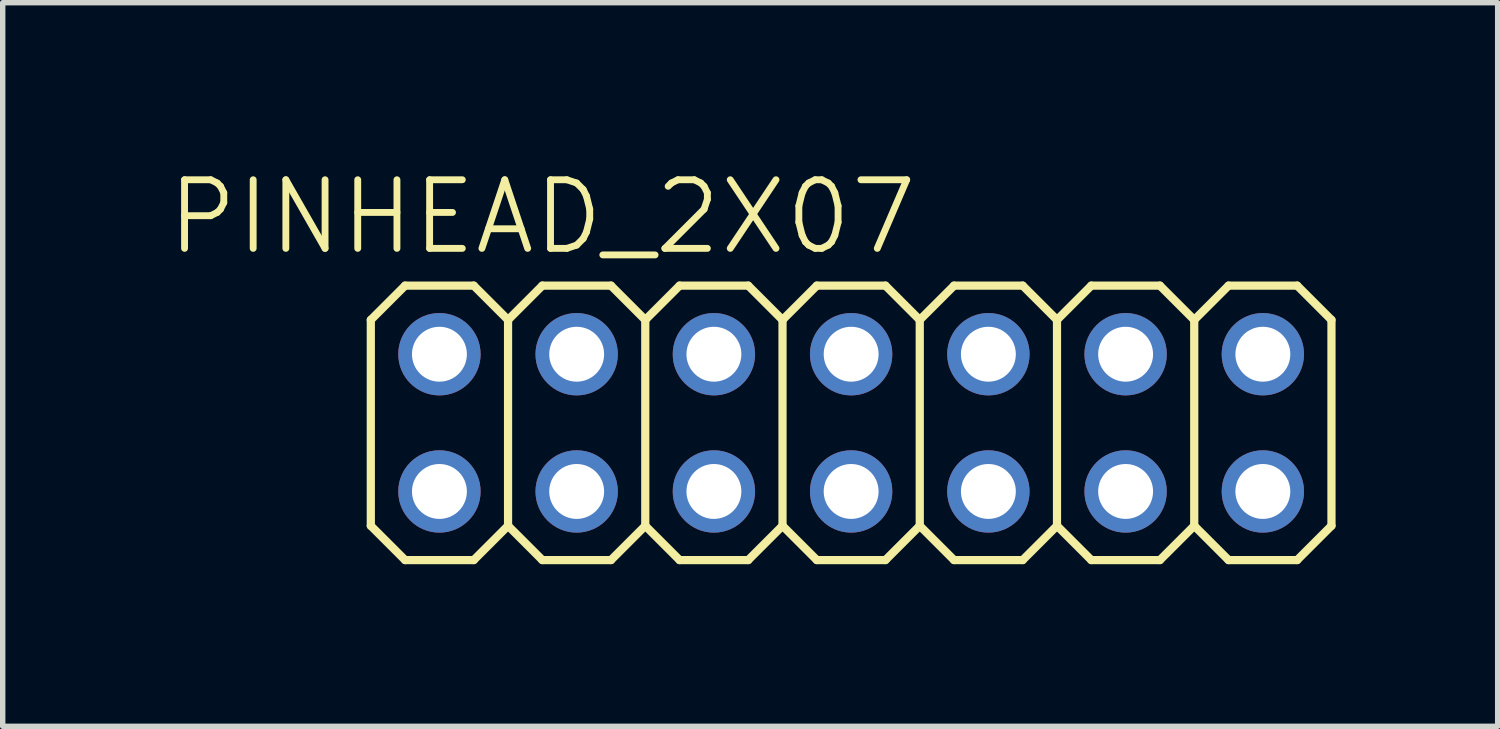
<source format=kicad_pcb>
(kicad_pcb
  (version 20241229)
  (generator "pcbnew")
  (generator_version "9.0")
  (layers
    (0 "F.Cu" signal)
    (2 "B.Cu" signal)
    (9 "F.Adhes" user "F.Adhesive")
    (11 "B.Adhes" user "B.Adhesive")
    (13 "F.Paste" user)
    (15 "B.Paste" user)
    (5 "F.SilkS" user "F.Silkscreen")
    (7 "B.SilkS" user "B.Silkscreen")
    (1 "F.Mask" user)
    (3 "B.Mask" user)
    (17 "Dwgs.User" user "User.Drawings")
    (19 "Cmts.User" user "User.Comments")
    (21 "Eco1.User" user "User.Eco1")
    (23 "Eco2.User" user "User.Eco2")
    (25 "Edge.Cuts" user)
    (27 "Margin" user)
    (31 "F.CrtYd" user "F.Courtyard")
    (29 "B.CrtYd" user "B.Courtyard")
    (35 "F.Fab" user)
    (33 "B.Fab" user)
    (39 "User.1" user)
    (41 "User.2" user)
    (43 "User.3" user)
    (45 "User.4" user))
  (footprint "PINHEAD_2X07"
    (layer "F.Cu")
    (at 12.703 4.776)
    (property "Reference" "PINHEAD_2X07" (at -5.715 -3.81 0) (layer "F.SilkS") (effects (font (size 1.27 1.27) (thickness 0.127))))
    (attr exclude_from_pos_files exclude_from_bom)
    (fp_line (start -8.89 -1.905) (end -8.255 -2.54) (stroke (width 0.152) (type solid)) (layer "F.SilkS"))
    (fp_line (start -8.89 1.905) (end -8.89 -1.905) (stroke (width 0.152) (type solid)) (layer "F.SilkS"))
    (fp_line (start -8.89 1.905) (end -8.255 2.54) (stroke (width 0.152) (type solid)) (layer "F.SilkS"))
    (fp_line (start -8.255 -2.54) (end -6.985 -2.54) (stroke (width 0.152) (type solid)) (layer "F.SilkS"))
    (fp_line (start -8.255 2.54) (end -6.985 2.54) (stroke (width 0.152) (type solid)) (layer "F.SilkS"))
    (fp_line (start -6.985 -2.54) (end -6.35 -1.905) (stroke (width 0.152) (type solid)) (layer "F.SilkS"))
    (fp_line (start -6.985 2.54) (end -6.35 1.905) (stroke (width 0.152) (type solid)) (layer "F.SilkS"))
    (fp_line (start -6.35 -1.905) (end -6.35 1.905) (stroke (width 0.152) (type solid)) (layer "F.SilkS"))
    (fp_line (start -6.35 -1.905) (end -5.715 -2.54) (stroke (width 0.152) (type solid)) (layer "F.SilkS"))
    (fp_line (start -6.35 1.905) (end -5.715 2.54) (stroke (width 0.152) (type solid)) (layer "F.SilkS"))
    (fp_line (start -5.715 -2.54) (end -4.445 -2.54) (stroke (width 0.152) (type solid)) (layer "F.SilkS"))
    (fp_line (start -5.715 2.54) (end -4.445 2.54) (stroke (width 0.152) (type solid)) (layer "F.SilkS"))
    (fp_line (start -4.445 -2.54) (end -3.81 -1.905) (stroke (width 0.152) (type solid)) (layer "F.SilkS"))
    (fp_line (start -4.445 2.54) (end -3.81 1.905) (stroke (width 0.152) (type solid)) (layer "F.SilkS"))
    (fp_line (start -3.81 -1.905) (end -3.81 1.905) (stroke (width 0.152) (type solid)) (layer "F.SilkS"))
    (fp_line (start -3.81 -1.905) (end -3.175 -2.54) (stroke (width 0.152) (type solid)) (layer "F.SilkS"))
    (fp_line (start -3.81 1.905) (end -3.175 2.54) (stroke (width 0.152) (type solid)) (layer "F.SilkS"))
    (fp_line (start -3.175 -2.54) (end -1.905 -2.54) (stroke (width 0.152) (type solid)) (layer "F.SilkS"))
    (fp_line (start -3.175 2.54) (end -1.905 2.54) (stroke (width 0.152) (type solid)) (layer "F.SilkS"))
    (fp_line (start -1.905 -2.54) (end -1.27 -1.905) (stroke (width 0.152) (type solid)) (layer "F.SilkS"))
    (fp_line (start -1.905 2.54) (end -1.27 1.905) (stroke (width 0.152) (type solid)) (layer "F.SilkS"))
    (fp_line (start -1.27 -1.905) (end -1.27 1.905) (stroke (width 0.152) (type solid)) (layer "F.SilkS"))
    (fp_line (start -1.27 -1.905) (end -0.635 -2.54) (stroke (width 0.152) (type solid)) (layer "F.SilkS"))
    (fp_line (start -1.27 1.905) (end -0.635 2.54) (stroke (width 0.152) (type solid)) (layer "F.SilkS"))
    (fp_line (start -0.635 -2.54) (end 0.635 -2.54) (stroke (width 0.152) (type solid)) (layer "F.SilkS"))
    (fp_line (start -0.635 2.54) (end 0.635 2.54) (stroke (width 0.152) (type solid)) (layer "F.SilkS"))
    (fp_line (start 0.635 -2.54) (end 1.27 -1.905) (stroke (width 0.152) (type solid)) (layer "F.SilkS"))
    (fp_line (start 0.635 2.54) (end 1.27 1.905) (stroke (width 0.152) (type solid)) (layer "F.SilkS"))
    (fp_line (start 1.27 -1.905) (end 1.27 1.905) (stroke (width 0.152) (type solid)) (layer "F.SilkS"))
    (fp_line (start 1.27 -1.905) (end 1.905 -2.54) (stroke (width 0.152) (type solid)) (layer "F.SilkS"))
    (fp_line (start 1.27 1.905) (end 1.905 2.54) (stroke (width 0.152) (type solid)) (layer "F.SilkS"))
    (fp_line (start 1.905 -2.54) (end 3.175 -2.54) (stroke (width 0.152) (type solid)) (layer "F.SilkS"))
    (fp_line (start 1.905 2.54) (end 3.175 2.54) (stroke (width 0.152) (type solid)) (layer "F.SilkS"))
    (fp_line (start 3.175 -2.54) (end 3.81 -1.905) (stroke (width 0.152) (type solid)) (layer "F.SilkS"))
    (fp_line (start 3.175 2.54) (end 3.81 1.905) (stroke (width 0.152) (type solid)) (layer "F.SilkS"))
    (fp_line (start 3.81 -1.905) (end 3.81 1.905) (stroke (width 0.152) (type solid)) (layer "F.SilkS"))
    (fp_line (start 3.81 -1.905) (end 4.445 -2.54) (stroke (width 0.152) (type solid)) (layer "F.SilkS"))
    (fp_line (start 3.81 1.905) (end 4.445 2.54) (stroke (width 0.152) (type solid)) (layer "F.SilkS"))
    (fp_line (start 4.445 -2.54) (end 5.715 -2.54) (stroke (width 0.152) (type solid)) (layer "F.SilkS"))
    (fp_line (start 4.445 2.54) (end 5.715 2.54) (stroke (width 0.152) (type solid)) (layer "F.SilkS"))
    (fp_line (start 5.715 -2.54) (end 6.35 -1.905) (stroke (width 0.152) (type solid)) (layer "F.SilkS"))
    (fp_line (start 5.715 2.54) (end 6.35 1.905) (stroke (width 0.152) (type solid)) (layer "F.SilkS"))
    (fp_line (start 6.35 -1.905) (end 6.35 1.905) (stroke (width 0.152) (type solid)) (layer "F.SilkS"))
    (fp_line (start 6.35 -1.905) (end 6.985 -2.54) (stroke (width 0.152) (type solid)) (layer "F.SilkS"))
    (fp_line (start 6.35 1.905) (end 6.985 2.54) (stroke (width 0.152) (type solid)) (layer "F.SilkS"))
    (fp_line (start 6.985 -2.54) (end 8.255 -2.54) (stroke (width 0.152) (type solid)) (layer "F.SilkS"))
    (fp_line (start 6.985 2.54) (end 8.255 2.54) (stroke (width 0.152) (type solid)) (layer "F.SilkS"))
    (fp_line (start 8.255 -2.54) (end 8.89 -1.905) (stroke (width 0.152) (type solid)) (layer "F.SilkS"))
    (fp_line (start 8.255 2.54) (end 8.89 1.905) (stroke (width 0.152) (type solid)) (layer "F.SilkS"))
    (fp_line (start 8.89 -1.905) (end 8.89 1.905) (stroke (width 0.152) (type solid)) (layer "F.SilkS"))
    (fp_line (start -7.874 -1.524) (end -7.366 -1.524) (stroke (width 0.066) (type solid)) (layer "Dwgs.User"))
    (fp_line (start -7.874 -1.016) (end -7.874 -1.524) (stroke (width 0.066) (type solid)) (layer "Dwgs.User"))
    (fp_line (start -7.874 -1.016) (end -7.366 -1.016) (stroke (width 0.066) (type solid)) (layer "Dwgs.User"))
    (fp_line (start -7.874 1.016) (end -7.366 1.016) (stroke (width 0.066) (type solid)) (layer "Dwgs.User"))
    (fp_line (start -7.874 1.524) (end -7.874 1.016) (stroke (width 0.066) (type solid)) (layer "Dwgs.User"))
    (fp_line (start -7.874 1.524) (end -7.366 1.524) (stroke (width 0.066) (type solid)) (layer "Dwgs.User"))
    (fp_line (start -7.366 -1.016) (end -7.366 -1.524) (stroke (width 0.066) (type solid)) (layer "Dwgs.User"))
    (fp_line (start -7.366 1.524) (end -7.366 1.016) (stroke (width 0.066) (type solid)) (layer "Dwgs.User"))
    (fp_line (start -5.334 -1.524) (end -4.826 -1.524) (stroke (width 0.066) (type solid)) (layer "Dwgs.User"))
    (fp_line (start -5.334 -1.016) (end -5.334 -1.524) (stroke (width 0.066) (type solid)) (layer "Dwgs.User"))
    (fp_line (start -5.334 -1.016) (end -4.826 -1.016) (stroke (width 0.066) (type solid)) (layer "Dwgs.User"))
    (fp_line (start -5.334 1.016) (end -4.826 1.016) (stroke (width 0.066) (type solid)) (layer "Dwgs.User"))
    (fp_line (start -5.334 1.524) (end -5.334 1.016) (stroke (width 0.066) (type solid)) (layer "Dwgs.User"))
    (fp_line (start -5.334 1.524) (end -4.826 1.524) (stroke (width 0.066) (type solid)) (layer "Dwgs.User"))
    (fp_line (start -4.826 -1.016) (end -4.826 -1.524) (stroke (width 0.066) (type solid)) (layer "Dwgs.User"))
    (fp_line (start -4.826 1.524) (end -4.826 1.016) (stroke (width 0.066) (type solid)) (layer "Dwgs.User"))
    (fp_line (start -2.794 -1.524) (end -2.286 -1.524) (stroke (width 0.066) (type solid)) (layer "Dwgs.User"))
    (fp_line (start -2.794 -1.016) (end -2.794 -1.524) (stroke (width 0.066) (type solid)) (layer "Dwgs.User"))
    (fp_line (start -2.794 -1.016) (end -2.286 -1.016) (stroke (width 0.066) (type solid)) (layer "Dwgs.User"))
    (fp_line (start -2.794 1.016) (end -2.286 1.016) (stroke (width 0.066) (type solid)) (layer "Dwgs.User"))
    (fp_line (start -2.794 1.524) (end -2.794 1.016) (stroke (width 0.066) (type solid)) (layer "Dwgs.User"))
    (fp_line (start -2.794 1.524) (end -2.286 1.524) (stroke (width 0.066) (type solid)) (layer "Dwgs.User"))
    (fp_line (start -2.286 -1.016) (end -2.286 -1.524) (stroke (width 0.066) (type solid)) (layer "Dwgs.User"))
    (fp_line (start -2.286 1.524) (end -2.286 1.016) (stroke (width 0.066) (type solid)) (layer "Dwgs.User"))
    (fp_line (start -0.254 -1.524) (end 0.254 -1.524) (stroke (width 0.066) (type solid)) (layer "Dwgs.User"))
    (fp_line (start -0.254 -1.016) (end -0.254 -1.524) (stroke (width 0.066) (type solid)) (layer "Dwgs.User"))
    (fp_line (start -0.254 -1.016) (end 0.254 -1.016) (stroke (width 0.066) (type solid)) (layer "Dwgs.User"))
    (fp_line (start -0.254 1.016) (end 0.254 1.016) (stroke (width 0.066) (type solid)) (layer "Dwgs.User"))
    (fp_line (start -0.254 1.524) (end -0.254 1.016) (stroke (width 0.066) (type solid)) (layer "Dwgs.User"))
    (fp_line (start -0.254 1.524) (end 0.254 1.524) (stroke (width 0.066) (type solid)) (layer "Dwgs.User"))
    (fp_line (start 0.254 -1.016) (end 0.254 -1.524) (stroke (width 0.066) (type solid)) (layer "Dwgs.User"))
    (fp_line (start 0.254 1.524) (end 0.254 1.016) (stroke (width 0.066) (type solid)) (layer "Dwgs.User"))
    (fp_line (start 2.286 -1.524) (end 2.794 -1.524) (stroke (width 0.066) (type solid)) (layer "Dwgs.User"))
    (fp_line (start 2.286 -1.016) (end 2.286 -1.524) (stroke (width 0.066) (type solid)) (layer "Dwgs.User"))
    (fp_line (start 2.286 -1.016) (end 2.794 -1.016) (stroke (width 0.066) (type solid)) (layer "Dwgs.User"))
    (fp_line (start 2.286 1.016) (end 2.794 1.016) (stroke (width 0.066) (type solid)) (layer "Dwgs.User"))
    (fp_line (start 2.286 1.524) (end 2.286 1.016) (stroke (width 0.066) (type solid)) (layer "Dwgs.User"))
    (fp_line (start 2.286 1.524) (end 2.794 1.524) (stroke (width 0.066) (type solid)) (layer "Dwgs.User"))
    (fp_line (start 2.794 -1.016) (end 2.794 -1.524) (stroke (width 0.066) (type solid)) (layer "Dwgs.User"))
    (fp_line (start 2.794 1.524) (end 2.794 1.016) (stroke (width 0.066) (type solid)) (layer "Dwgs.User"))
    (fp_line (start 4.826 -1.524) (end 5.334 -1.524) (stroke (width 0.066) (type solid)) (layer "Dwgs.User"))
    (fp_line (start 4.826 -1.016) (end 4.826 -1.524) (stroke (width 0.066) (type solid)) (layer "Dwgs.User"))
    (fp_line (start 4.826 -1.016) (end 5.334 -1.016) (stroke (width 0.066) (type solid)) (layer "Dwgs.User"))
    (fp_line (start 4.826 1.016) (end 5.334 1.016) (stroke (width 0.066) (type solid)) (layer "Dwgs.User"))
    (fp_line (start 4.826 1.524) (end 4.826 1.016) (stroke (width 0.066) (type solid)) (layer "Dwgs.User"))
    (fp_line (start 4.826 1.524) (end 5.334 1.524) (stroke (width 0.066) (type solid)) (layer "Dwgs.User"))
    (fp_line (start 5.334 -1.016) (end 5.334 -1.524) (stroke (width 0.066) (type solid)) (layer "Dwgs.User"))
    (fp_line (start 5.334 1.524) (end 5.334 1.016) (stroke (width 0.066) (type solid)) (layer "Dwgs.User"))
    (fp_line (start 7.366 -1.524) (end 7.874 -1.524) (stroke (width 0.066) (type solid)) (layer "Dwgs.User"))
    (fp_line (start 7.366 -1.016) (end 7.366 -1.524) (stroke (width 0.066) (type solid)) (layer "Dwgs.User"))
    (fp_line (start 7.366 -1.016) (end 7.874 -1.016) (stroke (width 0.066) (type solid)) (layer "Dwgs.User"))
    (fp_line (start 7.366 1.016) (end 7.874 1.016) (stroke (width 0.066) (type solid)) (layer "Dwgs.User"))
    (fp_line (start 7.366 1.524) (end 7.366 1.016) (stroke (width 0.066) (type solid)) (layer "Dwgs.User"))
    (fp_line (start 7.366 1.524) (end 7.874 1.524) (stroke (width 0.066) (type solid)) (layer "Dwgs.User"))
    (fp_line (start 7.874 -1.016) (end 7.874 -1.524) (stroke (width 0.066) (type solid)) (layer "Dwgs.User"))
    (fp_line (start 7.874 1.524) (end 7.874 1.016) (stroke (width 0.066) (type solid)) (layer "Dwgs.User"))
    (pad "1" thru_hole circle (at -7.62 1.27) (size 1.524 1.524) (drill 1.016) (layers "*.Cu" "*.Paste" "*.Mask"))
    (pad "2" thru_hole circle (at -7.62 -1.27) (size 1.524 1.524) (drill 1.016) (layers "*.Cu" "*.Paste" "*.Mask"))
    (pad "3" thru_hole circle (at -5.08 1.27) (size 1.524 1.524) (drill 1.016) (layers "*.Cu" "*.Paste" "*.Mask"))
    (pad "4" thru_hole circle (at -5.08 -1.27) (size 1.524 1.524) (drill 1.016) (layers "*.Cu" "*.Paste" "*.Mask"))
    (pad "5" thru_hole circle (at -2.54 1.27) (size 1.524 1.524) (drill 1.016) (layers "*.Cu" "*.Paste" "*.Mask"))
    (pad "6" thru_hole circle (at -2.54 -1.27) (size 1.524 1.524) (drill 1.016) (layers "*.Cu" "*.Paste" "*.Mask"))
    (pad "7" thru_hole circle (at 0 1.27) (size 1.524 1.524) (drill 1.016) (layers "*.Cu" "*.Paste" "*.Mask"))
    (pad "8" thru_hole circle (at 0 -1.27) (size 1.524 1.524) (drill 1.016) (layers "*.Cu" "*.Paste" "*.Mask"))
    (pad "9" thru_hole circle (at 2.54 1.27) (size 1.524 1.524) (drill 1.016) (layers "*.Cu" "*.Paste" "*.Mask"))
    (pad "10" thru_hole circle (at 2.54 -1.27) (size 1.524 1.524) (drill 1.016) (layers "*.Cu" "*.Paste" "*.Mask"))
    (pad "11" thru_hole circle (at 5.08 1.27) (size 1.524 1.524) (drill 1.016) (layers "*.Cu" "*.Paste" "*.Mask"))
    (pad "12" thru_hole circle (at 5.08 -1.27) (size 1.524 1.524) (drill 1.016) (layers "*.Cu" "*.Paste" "*.Mask"))
    (pad "13" thru_hole circle (at 7.62 1.27) (size 1.524 1.524) (drill 1.016) (layers "*.Cu" "*.Paste" "*.Mask"))
    (pad "14" thru_hole circle (at 7.62 -1.27) (size 1.524 1.524) (drill 1.016) (layers "*.Cu" "*.Paste" "*.Mask")))
  (gr_rect
    (start -3 -3)
    (end 24.669 10.392)
    (stroke (width 0.1) (type default))
    (fill no)
    (layer "Edge.Cuts")))
</source>
